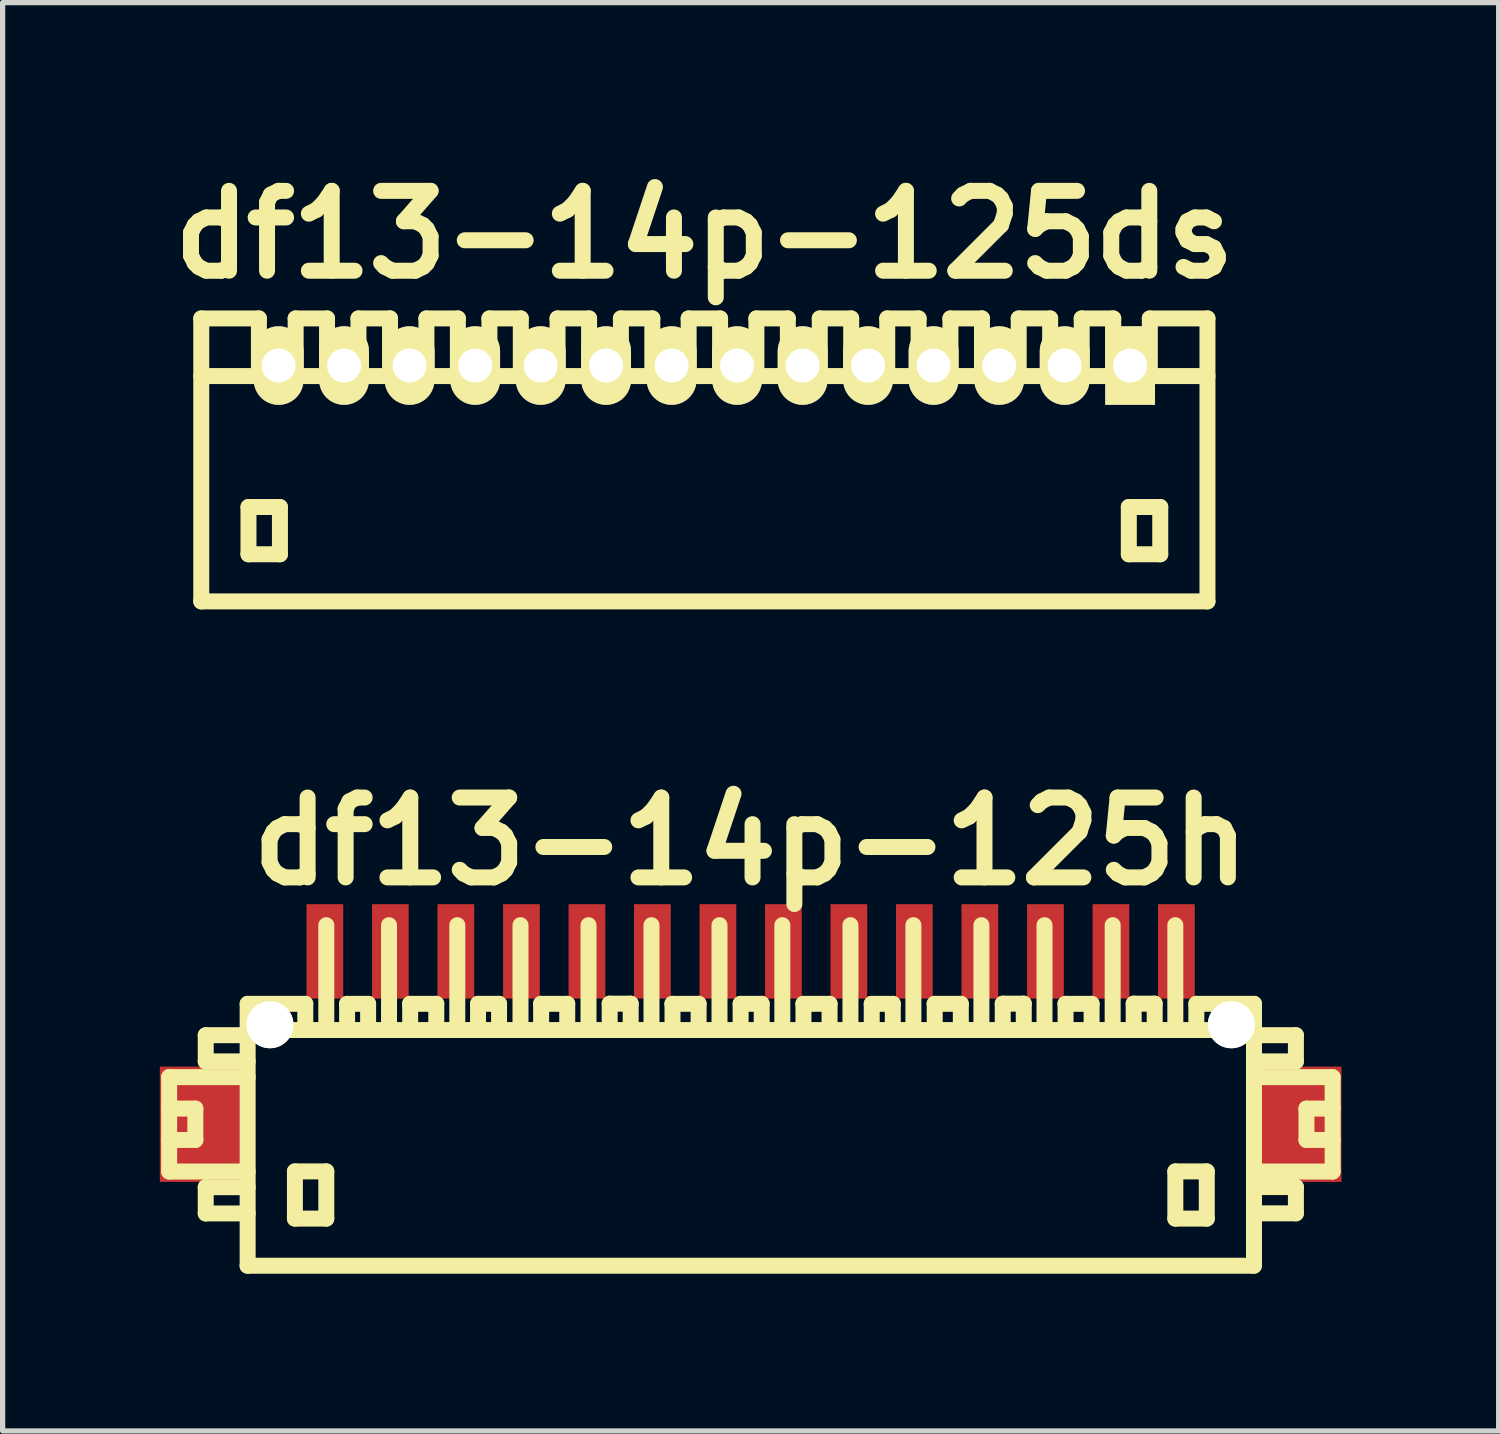
<source format=kicad_pcb>
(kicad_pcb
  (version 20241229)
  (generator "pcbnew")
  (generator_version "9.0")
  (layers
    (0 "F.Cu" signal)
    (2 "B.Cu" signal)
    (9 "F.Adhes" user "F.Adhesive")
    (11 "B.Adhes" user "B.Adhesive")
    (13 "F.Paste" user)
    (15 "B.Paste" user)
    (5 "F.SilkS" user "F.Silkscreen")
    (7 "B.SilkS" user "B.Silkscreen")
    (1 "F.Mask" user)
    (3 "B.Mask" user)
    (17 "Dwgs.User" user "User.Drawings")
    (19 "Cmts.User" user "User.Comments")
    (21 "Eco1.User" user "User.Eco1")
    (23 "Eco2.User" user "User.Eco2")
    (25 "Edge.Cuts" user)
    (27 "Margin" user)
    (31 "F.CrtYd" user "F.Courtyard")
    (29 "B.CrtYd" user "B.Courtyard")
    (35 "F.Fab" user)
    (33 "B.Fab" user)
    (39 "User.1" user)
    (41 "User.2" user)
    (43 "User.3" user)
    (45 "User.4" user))
  (footprint "df13-14p-125h"
    (layer "F.Cu")
    (at 11.275 18.606)
    (property "Reference" "df13-14p-125h" (at 0 -5.601 0) (layer "F.SilkS") (effects (font (size 1.524 1.524) (thickness 0.305))))
    (attr through_hole)
    (fp_line (start -11.097 -1.1) (end -11.097 0.701) (stroke (width 0.305) (type solid)) (layer "F.SilkS"))
    (fp_line (start -11.097 0.701) (end -9.599 0.701) (stroke (width 0.305) (type solid)) (layer "F.SilkS"))
    (fp_line (start -10.597 -0.5) (end -11.097 -0.5) (stroke (width 0.305) (type solid)) (layer "F.SilkS"))
    (fp_line (start -10.597 0.099) (end -11.097 0.099) (stroke (width 0.305) (type solid)) (layer "F.SilkS"))
    (fp_line (start -10.597 0.099) (end -10.597 -0.5) (stroke (width 0.305) (type solid)) (layer "F.SilkS"))
    (fp_line (start -10.399 -1.9) (end -10.399 -1.4) (stroke (width 0.305) (type solid)) (layer "F.SilkS"))
    (fp_line (start -10.399 -1.9) (end -9.599 -1.9) (stroke (width 0.305) (type solid)) (layer "F.SilkS"))
    (fp_line (start -10.399 1.001) (end -10.399 1.501) (stroke (width 0.305) (type solid)) (layer "F.SilkS"))
    (fp_line (start -10.399 1.501) (end -9.599 1.501) (stroke (width 0.305) (type solid)) (layer "F.SilkS"))
    (fp_line (start -9.601 2.499) (end 9.601 2.499) (stroke (width 0.305) (type solid)) (layer "F.SilkS"))
    (fp_line (start -9.599 -1.4) (end -10.399 -1.4) (stroke (width 0.305) (type solid)) (layer "F.SilkS"))
    (fp_line (start -9.599 -1.1) (end -11.097 -1.1) (stroke (width 0.305) (type solid)) (layer "F.SilkS"))
    (fp_line (start -9.599 1.001) (end -10.399 1.001) (stroke (width 0.305) (type solid)) (layer "F.SilkS"))
    (fp_line (start -9.599 2.499) (end -9.599 -2.499) (stroke (width 0.305) (type solid)) (layer "F.SilkS"))
    (fp_line (start -8.697 0.699) (end -8.697 1.6) (stroke (width 0.305) (type solid)) (layer "F.SilkS"))
    (fp_line (start -8.697 1.6) (end -8.098 1.6) (stroke (width 0.305) (type solid)) (layer "F.SilkS"))
    (fp_line (start -8.499 -2.499) (end -9.599 -2.499) (stroke (width 0.305) (type solid)) (layer "F.SilkS"))
    (fp_line (start -8.499 -2.499) (end -8.499 -1.999) (stroke (width 0.305) (type solid)) (layer "F.SilkS"))
    (fp_line (start -8.098 -4) (end -8.098 -1.999) (stroke (width 0.305) (type solid)) (layer "F.SilkS"))
    (fp_line (start -8.098 0.699) (end -8.697 0.699) (stroke (width 0.305) (type solid)) (layer "F.SilkS"))
    (fp_line (start -8.098 1.6) (end -8.098 0.699) (stroke (width 0.305) (type solid)) (layer "F.SilkS"))
    (fp_line (start -7.701 -2.499) (end -7.701 -1.999) (stroke (width 0.305) (type solid)) (layer "F.SilkS"))
    (fp_line (start -7.3 -2.499) (end -7.701 -2.499) (stroke (width 0.305) (type solid)) (layer "F.SilkS"))
    (fp_line (start -7.3 -2.499) (end -7.3 -1.999) (stroke (width 0.305) (type solid)) (layer "F.SilkS"))
    (fp_line (start -6.901 -1.999) (end -6.901 -4) (stroke (width 0.305) (type solid)) (layer "F.SilkS"))
    (fp_line (start -6.5 -2.499) (end -5.999 -2.499) (stroke (width 0.305) (type solid)) (layer "F.SilkS"))
    (fp_line (start -6.497 -1.999) (end -6.497 -2.499) (stroke (width 0.305) (type solid)) (layer "F.SilkS"))
    (fp_line (start -5.999 -2.499) (end -5.999 -1.999) (stroke (width 0.305) (type solid)) (layer "F.SilkS"))
    (fp_line (start -5.598 -1.999) (end -5.598 -4) (stroke (width 0.305) (type solid)) (layer "F.SilkS"))
    (fp_line (start -5.202 -2.499) (end -5.202 -1.999) (stroke (width 0.305) (type solid)) (layer "F.SilkS"))
    (fp_line (start -4.801 -2.499) (end -5.202 -2.499) (stroke (width 0.305) (type solid)) (layer "F.SilkS"))
    (fp_line (start -4.801 -2.499) (end -4.801 -1.999) (stroke (width 0.305) (type solid)) (layer "F.SilkS"))
    (fp_line (start -4.392 -1.999) (end -4.392 -4) (stroke (width 0.305) (type solid)) (layer "F.SilkS"))
    (fp_line (start -4 -2.499) (end -3.5 -2.499) (stroke (width 0.305) (type solid)) (layer "F.SilkS"))
    (fp_line (start -3.998 -1.999) (end -3.998 -2.499) (stroke (width 0.305) (type solid)) (layer "F.SilkS"))
    (fp_line (start -3.5 -2.499) (end -3.5 -1.999) (stroke (width 0.305) (type solid)) (layer "F.SilkS"))
    (fp_line (start -3.094 -1.999) (end -3.094 -4) (stroke (width 0.305) (type solid)) (layer "F.SilkS"))
    (fp_line (start -2.69 -2.502) (end -2.69 -2.002) (stroke (width 0.305) (type solid)) (layer "F.SilkS"))
    (fp_line (start -2.289 -2.502) (end -2.69 -2.502) (stroke (width 0.305) (type solid)) (layer "F.SilkS"))
    (fp_line (start -2.289 -2.502) (end -2.289 -2.002) (stroke (width 0.305) (type solid)) (layer "F.SilkS"))
    (fp_line (start -1.892 -1.999) (end -1.892 -4) (stroke (width 0.305) (type solid)) (layer "F.SilkS"))
    (fp_line (start -1.494 -2.499) (end -0.993 -2.499) (stroke (width 0.305) (type solid)) (layer "F.SilkS"))
    (fp_line (start -1.491 -1.999) (end -1.491 -2.499) (stroke (width 0.305) (type solid)) (layer "F.SilkS"))
    (fp_line (start -0.993 -2.499) (end -0.993 -1.999) (stroke (width 0.305) (type solid)) (layer "F.SilkS"))
    (fp_line (start -0.594 -1.999) (end -0.594 -4) (stroke (width 0.305) (type solid)) (layer "F.SilkS"))
    (fp_line (start -0.191 -2.499) (end -0.191 -1.999) (stroke (width 0.305) (type solid)) (layer "F.SilkS"))
    (fp_line (start 0.211 -2.499) (end -0.191 -2.499) (stroke (width 0.305) (type solid)) (layer "F.SilkS"))
    (fp_line (start 0.211 -2.499) (end 0.211 -1.999) (stroke (width 0.305) (type solid)) (layer "F.SilkS"))
    (fp_line (start 0.605 -1.999) (end 0.605 -4) (stroke (width 0.305) (type solid)) (layer "F.SilkS"))
    (fp_line (start 1.006 -2.499) (end 1.506 -2.499) (stroke (width 0.305) (type solid)) (layer "F.SilkS"))
    (fp_line (start 1.008 -1.999) (end 1.008 -2.499) (stroke (width 0.305) (type solid)) (layer "F.SilkS"))
    (fp_line (start 1.506 -2.499) (end 1.506 -1.999) (stroke (width 0.305) (type solid)) (layer "F.SilkS"))
    (fp_line (start 1.905 -1.999) (end 1.905 -4) (stroke (width 0.305) (type solid)) (layer "F.SilkS"))
    (fp_line (start 2.311 -2.499) (end 2.311 -1.999) (stroke (width 0.305) (type solid)) (layer "F.SilkS"))
    (fp_line (start 2.713 -2.499) (end 2.311 -2.499) (stroke (width 0.305) (type solid)) (layer "F.SilkS"))
    (fp_line (start 2.713 -2.499) (end 2.713 -1.999) (stroke (width 0.305) (type solid)) (layer "F.SilkS"))
    (fp_line (start 3.106 -1.999) (end 3.106 -4) (stroke (width 0.305) (type solid)) (layer "F.SilkS"))
    (fp_line (start 3.51 -2.499) (end 4.011 -2.499) (stroke (width 0.305) (type solid)) (layer "F.SilkS"))
    (fp_line (start 3.513 -1.999) (end 3.513 -2.499) (stroke (width 0.305) (type solid)) (layer "F.SilkS"))
    (fp_line (start 4.011 -2.499) (end 4.011 -1.999) (stroke (width 0.305) (type solid)) (layer "F.SilkS"))
    (fp_line (start 4.404 -1.999) (end 4.404 -4) (stroke (width 0.305) (type solid)) (layer "F.SilkS"))
    (fp_line (start 4.811 -2.502) (end 4.811 -2.002) (stroke (width 0.305) (type solid)) (layer "F.SilkS"))
    (fp_line (start 5.212 -2.502) (end 4.811 -2.502) (stroke (width 0.305) (type solid)) (layer "F.SilkS"))
    (fp_line (start 5.212 -2.502) (end 5.212 -2.002) (stroke (width 0.305) (type solid)) (layer "F.SilkS"))
    (fp_line (start 5.608 -1.999) (end 5.608 -4) (stroke (width 0.305) (type solid)) (layer "F.SilkS"))
    (fp_line (start 6.007 -2.499) (end 6.507 -2.499) (stroke (width 0.305) (type solid)) (layer "F.SilkS"))
    (fp_line (start 6.01 -1.999) (end 6.01 -2.499) (stroke (width 0.305) (type solid)) (layer "F.SilkS"))
    (fp_line (start 6.507 -2.499) (end 6.507 -1.999) (stroke (width 0.305) (type solid)) (layer "F.SilkS"))
    (fp_line (start 6.909 -1.999) (end 6.909 -4) (stroke (width 0.305) (type solid)) (layer "F.SilkS"))
    (fp_line (start 7.31 -2.502) (end 7.31 -2.002) (stroke (width 0.305) (type solid)) (layer "F.SilkS"))
    (fp_line (start 7.711 -2.502) (end 7.31 -2.502) (stroke (width 0.305) (type solid)) (layer "F.SilkS"))
    (fp_line (start 7.711 -2.502) (end 7.711 -2.002) (stroke (width 0.305) (type solid)) (layer "F.SilkS"))
    (fp_line (start 8.105 -1.999) (end 8.105 -4) (stroke (width 0.305) (type solid)) (layer "F.SilkS"))
    (fp_line (start 8.105 0.699) (end 8.705 0.699) (stroke (width 0.305) (type solid)) (layer "F.SilkS"))
    (fp_line (start 8.105 1.6) (end 8.105 0.699) (stroke (width 0.305) (type solid)) (layer "F.SilkS"))
    (fp_line (start 8.506 -2.499) (end 8.506 -1.999) (stroke (width 0.305) (type solid)) (layer "F.SilkS"))
    (fp_line (start 8.705 0.699) (end 8.705 1.6) (stroke (width 0.305) (type solid)) (layer "F.SilkS"))
    (fp_line (start 8.705 1.6) (end 8.105 1.6) (stroke (width 0.305) (type solid)) (layer "F.SilkS"))
    (fp_line (start 9.601 -1.999) (end -9.601 -1.999) (stroke (width 0.305) (type solid)) (layer "F.SilkS"))
    (fp_line (start 9.606 -2.499) (end 8.506 -2.499) (stroke (width 0.305) (type solid)) (layer "F.SilkS"))
    (fp_line (start 9.606 -2.499) (end 9.606 2.499) (stroke (width 0.305) (type solid)) (layer "F.SilkS"))
    (fp_line (start 9.606 -1.9) (end 10.406 -1.9) (stroke (width 0.305) (type solid)) (layer "F.SilkS"))
    (fp_line (start 9.606 0.998) (end 10.406 0.998) (stroke (width 0.305) (type solid)) (layer "F.SilkS"))
    (fp_line (start 10.406 -1.9) (end 10.406 -1.4) (stroke (width 0.305) (type solid)) (layer "F.SilkS"))
    (fp_line (start 10.406 -1.4) (end 9.606 -1.4) (stroke (width 0.305) (type solid)) (layer "F.SilkS"))
    (fp_line (start 10.406 0.998) (end 10.406 1.499) (stroke (width 0.305) (type solid)) (layer "F.SilkS"))
    (fp_line (start 10.406 1.499) (end 9.606 1.499) (stroke (width 0.305) (type solid)) (layer "F.SilkS"))
    (fp_line (start 10.607 0.099) (end 10.607 -0.5) (stroke (width 0.305) (type solid)) (layer "F.SilkS"))
    (fp_line (start 11.105 -1.1) (end 9.606 -1.1) (stroke (width 0.305) (type solid)) (layer "F.SilkS"))
    (fp_line (start 11.105 0.701) (end 9.705 0.701) (stroke (width 0.305) (type solid)) (layer "F.SilkS"))
    (fp_line (start 11.107 -1.1) (end 11.107 0.701) (stroke (width 0.305) (type solid)) (layer "F.SilkS"))
    (fp_line (start 11.107 -0.5) (end 10.607 -0.5) (stroke (width 0.305) (type solid)) (layer "F.SilkS"))
    (fp_line (start 11.107 0.099) (end 10.607 0.099) (stroke (width 0.305) (type solid)) (layer "F.SilkS"))
    (pad "" smd rect (at -10.475 -0.201) (size 1.6 2.2) (layers "F.Cu" "F.Mask" "F.Paste"))
    (pad "" np_thru_hole circle (at -9.174 -2.101) (size 0.899 0.899) (drill 0.899) (layers "*.Cu" "*.Mask" "F.SilkS"))
    (pad "" np_thru_hole circle (at 9.174 -2.101) (size 0.899 0.899) (drill 0.899) (layers "*.Cu" "*.Mask" "F.SilkS"))
    (pad "" smd rect (at 10.475 -0.201) (size 1.6 2.2) (layers "F.Cu" "F.Mask" "F.Paste"))
    (pad "1" smd rect (at 8.125 -3.5) (size 0.701 1.801) (layers "F.Cu" "F.Mask" "F.Paste"))
    (pad "2" smd rect (at 6.876 -3.5) (size 0.701 1.801) (layers "F.Cu" "F.Mask" "F.Paste"))
    (pad "3" smd rect (at 5.626 -3.5) (size 0.701 1.801) (layers "F.Cu" "F.Mask" "F.Paste"))
    (pad "4" smd rect (at 4.374 -3.5) (size 0.701 1.801) (layers "F.Cu" "F.Mask" "F.Paste"))
    (pad "5" smd rect (at 3.124 -3.5) (size 0.701 1.801) (layers "F.Cu" "F.Mask" "F.Paste"))
    (pad "6" smd rect (at 1.875 -3.5) (size 0.701 1.801) (layers "F.Cu" "F.Mask" "F.Paste"))
    (pad "7" smd rect (at 0.625 -3.5) (size 0.701 1.801) (layers "F.Cu" "F.Mask" "F.Paste"))
    (pad "8" smd rect (at -0.625 -3.5) (size 0.701 1.801) (layers "F.Cu" "F.Mask" "F.Paste"))
    (pad "9" smd rect (at -1.875 -3.5) (size 0.701 1.801) (layers "F.Cu" "F.Mask" "F.Paste"))
    (pad "10" smd rect (at -3.124 -3.5) (size 0.701 1.801) (layers "F.Cu" "F.Mask" "F.Paste"))
    (pad "11" smd rect (at -4.374 -3.5) (size 0.701 1.801) (layers "F.Cu" "F.Mask" "F.Paste"))
    (pad "12" smd rect (at -5.626 -3.5) (size 0.701 1.801) (layers "F.Cu" "F.Mask" "F.Paste"))
    (pad "13" smd rect (at -6.876 -3.5) (size 0.701 1.801) (layers "F.Cu" "F.Mask" "F.Paste"))
    (pad "14" smd rect (at -8.125 -3.5) (size 0.701 1.801) (layers "F.Cu" "F.Mask" "F.Paste")))
  (footprint "df13-14p-125ds"
    (layer "F.Cu")
    (at 10.392 5.727)
    (property "Reference" "df13-14p-125ds" (at 0 -4.3 0) (layer "F.SilkS") (effects (font (size 1.524 1.524) (thickness 0.305))))
    (attr through_hole)
    (fp_line (start -9.601 2.7) (end -9.601 -2.7) (stroke (width 0.305) (type solid)) (layer "F.SilkS"))
    (fp_line (start -9.601 2.7) (end 9.601 2.7) (stroke (width 0.305) (type solid)) (layer "F.SilkS"))
    (fp_line (start -8.7 0.899) (end -8.7 1.801) (stroke (width 0.305) (type solid)) (layer "F.SilkS"))
    (fp_line (start -8.7 1.801) (end -8.1 1.801) (stroke (width 0.305) (type solid)) (layer "F.SilkS"))
    (fp_line (start -8.501 -2.7) (end -9.601 -2.7) (stroke (width 0.305) (type solid)) (layer "F.SilkS"))
    (fp_line (start -8.501 -1.6) (end -8.501 -2.7) (stroke (width 0.305) (type solid)) (layer "F.SilkS"))
    (fp_line (start -8.1 0.899) (end -8.7 0.899) (stroke (width 0.305) (type solid)) (layer "F.SilkS"))
    (fp_line (start -8.1 1.801) (end -8.1 0.899) (stroke (width 0.305) (type solid)) (layer "F.SilkS"))
    (fp_line (start -7.8 -2.7) (end -7.8 -1.6) (stroke (width 0.305) (type solid)) (layer "F.SilkS"))
    (fp_line (start -7.201 -2.7) (end -7.8 -2.7) (stroke (width 0.305) (type solid)) (layer "F.SilkS"))
    (fp_line (start -7.201 -1.6) (end -7.201 -2.7) (stroke (width 0.305) (type solid)) (layer "F.SilkS"))
    (fp_line (start -6.601 -2.7) (end -6.601 -1.6) (stroke (width 0.305) (type solid)) (layer "F.SilkS"))
    (fp_line (start -5.999 -2.7) (end -6.601 -2.7) (stroke (width 0.305) (type solid)) (layer "F.SilkS"))
    (fp_line (start -5.999 -1.6) (end -5.999 -2.7) (stroke (width 0.305) (type solid)) (layer "F.SilkS"))
    (fp_line (start -5.304 -2.7) (end -5.304 -1.6) (stroke (width 0.305) (type solid)) (layer "F.SilkS"))
    (fp_line (start -4.704 -2.7) (end -5.304 -2.7) (stroke (width 0.305) (type solid)) (layer "F.SilkS"))
    (fp_line (start -4.704 -1.6) (end -4.704 -2.7) (stroke (width 0.305) (type solid)) (layer "F.SilkS"))
    (fp_line (start -4.102 -2.7) (end -4.102 -1.6) (stroke (width 0.305) (type solid)) (layer "F.SilkS"))
    (fp_line (start -3.503 -2.7) (end -4.102 -2.7) (stroke (width 0.305) (type solid)) (layer "F.SilkS"))
    (fp_line (start -3.503 -1.6) (end -3.503 -2.7) (stroke (width 0.305) (type solid)) (layer "F.SilkS"))
    (fp_line (start -2.802 -2.7) (end -2.802 -1.6) (stroke (width 0.305) (type solid)) (layer "F.SilkS"))
    (fp_line (start -2.2 -2.7) (end -2.802 -2.7) (stroke (width 0.305) (type solid)) (layer "F.SilkS"))
    (fp_line (start -2.2 -2.7) (end -2.2 -1.6) (stroke (width 0.305) (type solid)) (layer "F.SilkS"))
    (fp_line (start -1.593 -2.7) (end -1.593 -1.6) (stroke (width 0.305) (type solid)) (layer "F.SilkS"))
    (fp_line (start -0.993 -2.7) (end -1.593 -2.7) (stroke (width 0.305) (type solid)) (layer "F.SilkS"))
    (fp_line (start -0.993 -2.7) (end -0.993 -1.6) (stroke (width 0.305) (type solid)) (layer "F.SilkS"))
    (fp_line (start -0.3 -2.7) (end -0.3 -1.6) (stroke (width 0.305) (type solid)) (layer "F.SilkS"))
    (fp_line (start 0.3 -2.7) (end -0.3 -2.7) (stroke (width 0.305) (type solid)) (layer "F.SilkS"))
    (fp_line (start 0.3 -1.6) (end 0.3 -2.7) (stroke (width 0.305) (type solid)) (layer "F.SilkS"))
    (fp_line (start 0.993 -1.6) (end 0.993 -2.7) (stroke (width 0.305) (type solid)) (layer "F.SilkS"))
    (fp_line (start 1.593 -2.7) (end 0.993 -2.7) (stroke (width 0.305) (type solid)) (layer "F.SilkS"))
    (fp_line (start 1.593 -1.6) (end 1.593 -2.7) (stroke (width 0.305) (type solid)) (layer "F.SilkS"))
    (fp_line (start 2.202 -2.7) (end 2.802 -2.7) (stroke (width 0.305) (type solid)) (layer "F.SilkS"))
    (fp_line (start 2.202 -1.6) (end 2.202 -2.7) (stroke (width 0.305) (type solid)) (layer "F.SilkS"))
    (fp_line (start 2.802 -2.7) (end 2.802 -1.6) (stroke (width 0.305) (type solid)) (layer "F.SilkS"))
    (fp_line (start 3.49 -2.7) (end 4.089 -2.7) (stroke (width 0.305) (type solid)) (layer "F.SilkS"))
    (fp_line (start 3.49 -1.6) (end 3.49 -2.7) (stroke (width 0.305) (type solid)) (layer "F.SilkS"))
    (fp_line (start 4.089 -2.7) (end 4.089 -1.6) (stroke (width 0.305) (type solid)) (layer "F.SilkS"))
    (fp_line (start 4.696 -2.7) (end 5.298 -2.7) (stroke (width 0.305) (type solid)) (layer "F.SilkS"))
    (fp_line (start 4.696 -1.6) (end 4.696 -2.7) (stroke (width 0.305) (type solid)) (layer "F.SilkS"))
    (fp_line (start 5.298 -2.7) (end 5.298 -1.6) (stroke (width 0.305) (type solid)) (layer "F.SilkS"))
    (fp_line (start 5.999 -2.7) (end 6.599 -2.7) (stroke (width 0.305) (type solid)) (layer "F.SilkS"))
    (fp_line (start 5.999 -1.6) (end 5.999 -2.7) (stroke (width 0.305) (type solid)) (layer "F.SilkS"))
    (fp_line (start 6.599 -2.7) (end 6.599 -1.6) (stroke (width 0.305) (type solid)) (layer "F.SilkS"))
    (fp_line (start 7.201 -2.7) (end 7.803 -2.7) (stroke (width 0.305) (type solid)) (layer "F.SilkS"))
    (fp_line (start 7.201 -1.6) (end 7.201 -2.7) (stroke (width 0.305) (type solid)) (layer "F.SilkS"))
    (fp_line (start 7.803 -2.7) (end 7.803 -1.6) (stroke (width 0.305) (type solid)) (layer "F.SilkS"))
    (fp_line (start 8.1 0.899) (end 8.7 0.899) (stroke (width 0.305) (type solid)) (layer "F.SilkS"))
    (fp_line (start 8.1 1.801) (end 8.1 0.899) (stroke (width 0.305) (type solid)) (layer "F.SilkS"))
    (fp_line (start 8.501 -1.6) (end 8.501 -2.7) (stroke (width 0.305) (type solid)) (layer "F.SilkS"))
    (fp_line (start 8.7 0.899) (end 8.7 1.801) (stroke (width 0.305) (type solid)) (layer "F.SilkS"))
    (fp_line (start 8.7 1.801) (end 8.1 1.801) (stroke (width 0.305) (type solid)) (layer "F.SilkS"))
    (fp_line (start 9.601 -2.7) (end 8.501 -2.7) (stroke (width 0.305) (type solid)) (layer "F.SilkS"))
    (fp_line (start 9.601 -1.6) (end -9.601 -1.6) (stroke (width 0.305) (type solid)) (layer "F.SilkS"))
    (fp_line (start 9.601 2.7) (end 9.601 -2.7) (stroke (width 0.305) (type solid)) (layer "F.SilkS"))
    (pad "1" thru_hole rect (at 8.125 -1.801) (size 0.95 1.499) (drill 0.648) (layers "*.Cu" "*.Mask" "F.SilkS"))
    (pad "2" thru_hole oval (at 6.876 -1.801) (size 0.95 1.499) (drill 0.648) (layers "*.Cu" "*.Mask" "F.SilkS"))
    (pad "3" thru_hole oval (at 5.626 -1.801) (size 0.95 1.499) (drill 0.648) (layers "*.Cu" "*.Mask" "F.SilkS"))
    (pad "4" thru_hole oval (at 4.374 -1.801) (size 0.95 1.499) (drill 0.648) (layers "*.Cu" "*.Mask" "F.SilkS"))
    (pad "5" thru_hole oval (at 3.124 -1.801) (size 0.95 1.499) (drill 0.648) (layers "*.Cu" "*.Mask" "F.SilkS"))
    (pad "6" thru_hole oval (at 1.875 -1.801) (size 0.95 1.499) (drill 0.648) (layers "*.Cu" "*.Mask" "F.SilkS"))
    (pad "7" thru_hole oval (at 0.625 -1.801) (size 0.95 1.499) (drill 0.648) (layers "*.Cu" "*.Mask" "F.SilkS"))
    (pad "8" thru_hole oval (at -0.625 -1.801) (size 0.95 1.499) (drill 0.648) (layers "*.Cu" "*.Mask" "F.SilkS"))
    (pad "9" thru_hole oval (at -1.875 -1.801) (size 0.95 1.499) (drill 0.648) (layers "*.Cu" "*.Mask" "F.SilkS"))
    (pad "10" thru_hole oval (at -3.124 -1.801) (size 0.95 1.499) (drill 0.648) (layers "*.Cu" "*.Mask" "F.SilkS"))
    (pad "11" thru_hole oval (at -4.374 -1.801) (size 0.95 1.499) (drill 0.648) (layers "*.Cu" "*.Mask" "F.SilkS"))
    (pad "12" thru_hole oval (at -5.626 -1.801) (size 0.95 1.499) (drill 0.648) (layers "*.Cu" "*.Mask" "F.SilkS"))
    (pad "13" thru_hole oval (at -6.876 -1.801) (size 0.95 1.499) (drill 0.648) (layers "*.Cu" "*.Mask" "F.SilkS"))
    (pad "14" thru_hole oval (at -8.125 -1.801) (size 0.95 1.499) (drill 0.648) (layers "*.Cu" "*.Mask" "F.SilkS")))
  (gr_rect
    (start -3 -3)
    (end 25.55 24.258)
    (stroke (width 0.1) (type default))
    (fill no)
    (layer "Edge.Cuts")))
</source>
